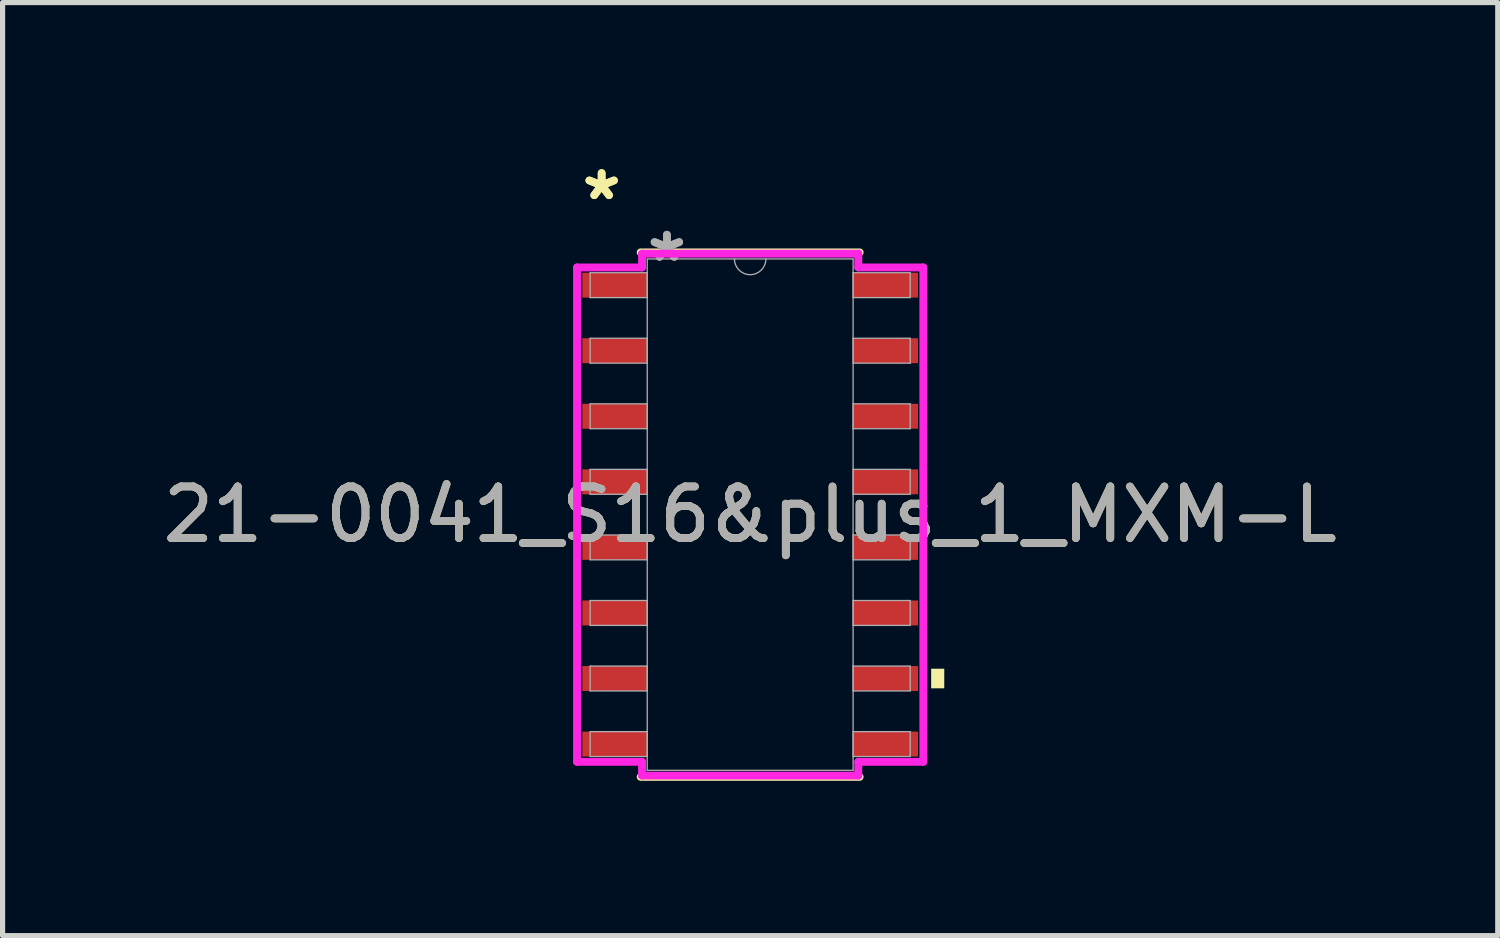
<source format=kicad_pcb>
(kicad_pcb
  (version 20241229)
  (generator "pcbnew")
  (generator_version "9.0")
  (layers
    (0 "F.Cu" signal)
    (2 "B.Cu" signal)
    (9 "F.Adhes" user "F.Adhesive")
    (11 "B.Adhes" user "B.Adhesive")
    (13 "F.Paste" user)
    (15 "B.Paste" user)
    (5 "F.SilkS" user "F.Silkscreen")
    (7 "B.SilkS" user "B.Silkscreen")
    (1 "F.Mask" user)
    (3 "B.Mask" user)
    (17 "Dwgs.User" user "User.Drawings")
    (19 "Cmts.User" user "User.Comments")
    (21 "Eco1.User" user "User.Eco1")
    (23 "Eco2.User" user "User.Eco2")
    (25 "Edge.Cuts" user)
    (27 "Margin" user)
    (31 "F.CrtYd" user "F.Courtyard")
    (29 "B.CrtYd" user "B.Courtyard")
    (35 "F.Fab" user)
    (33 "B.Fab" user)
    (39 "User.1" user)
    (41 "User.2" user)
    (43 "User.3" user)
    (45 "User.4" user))
  (footprint "21-0041_S16&plus_1_MXM-L"
    (layer "F.Cu")
    (at 11.482 6.919)
    (property "Reference" "21-0041_S16&plus_1_MXM-L" (at 0 0 0) (unlocked yes) (layer "F.SilkS") (effects (font (size 1 1) (thickness 0.15))))
    (attr smd)
    (fp_line (start -2.121 5.08) (end 2.121 5.08) (stroke (width 0.152) (type solid)) (layer "F.SilkS"))
    (fp_line (start 2.121 -5.08) (end -2.121 -5.08) (stroke (width 0.152) (type solid)) (layer "F.SilkS"))
    (fp_poly (pts (xy 3.76 2.985) (xy 3.76 3.365) (xy 3.506 3.365) (xy 3.506 2.985)) (stroke (width 0) (type solid)) (fill yes) (layer "F.SilkS"))
    (fp_line (start -3.354 -4.788) (end -2.095 -4.788) (stroke (width 0.152) (type solid)) (layer "F.CrtYd"))
    (fp_line (start -3.354 4.788) (end -3.354 -4.788) (stroke (width 0.152) (type solid)) (layer "F.CrtYd"))
    (fp_line (start -3.354 4.788) (end -2.095 4.788) (stroke (width 0.152) (type solid)) (layer "F.CrtYd"))
    (fp_line (start -2.095 -5.055) (end 2.095 -5.055) (stroke (width 0.152) (type solid)) (layer "F.CrtYd"))
    (fp_line (start -2.095 -4.788) (end -2.095 -5.055) (stroke (width 0.152) (type solid)) (layer "F.CrtYd"))
    (fp_line (start -2.095 5.055) (end -2.095 4.788) (stroke (width 0.152) (type solid)) (layer "F.CrtYd"))
    (fp_line (start 2.095 -5.055) (end 2.095 -4.788) (stroke (width 0.152) (type solid)) (layer "F.CrtYd"))
    (fp_line (start 2.095 4.788) (end 2.095 5.055) (stroke (width 0.152) (type solid)) (layer "F.CrtYd"))
    (fp_line (start 2.095 5.055) (end -2.095 5.055) (stroke (width 0.152) (type solid)) (layer "F.CrtYd"))
    (fp_line (start 3.354 -4.788) (end 2.095 -4.788) (stroke (width 0.152) (type solid)) (layer "F.CrtYd"))
    (fp_line (start 3.354 -4.788) (end 3.354 4.788) (stroke (width 0.152) (type solid)) (layer "F.CrtYd"))
    (fp_line (start 3.354 4.788) (end 2.095 4.788) (stroke (width 0.152) (type solid)) (layer "F.CrtYd"))
    (fp_line (start -3.1 -4.686) (end -3.1 -4.204) (stroke (width 0.025) (type solid)) (layer "F.Fab"))
    (fp_line (start -3.1 -4.204) (end -1.994 -4.204) (stroke (width 0.025) (type solid)) (layer "F.Fab"))
    (fp_line (start -3.1 -3.416) (end -3.1 -2.934) (stroke (width 0.025) (type solid)) (layer "F.Fab"))
    (fp_line (start -3.1 -2.934) (end -1.994 -2.934) (stroke (width 0.025) (type solid)) (layer "F.Fab"))
    (fp_line (start -3.1 -2.146) (end -3.1 -1.664) (stroke (width 0.025) (type solid)) (layer "F.Fab"))
    (fp_line (start -3.1 -1.664) (end -1.994 -1.664) (stroke (width 0.025) (type solid)) (layer "F.Fab"))
    (fp_line (start -3.1 -0.876) (end -3.1 -0.394) (stroke (width 0.025) (type solid)) (layer "F.Fab"))
    (fp_line (start -3.1 -0.394) (end -1.994 -0.394) (stroke (width 0.025) (type solid)) (layer "F.Fab"))
    (fp_line (start -3.1 0.394) (end -3.1 0.876) (stroke (width 0.025) (type solid)) (layer "F.Fab"))
    (fp_line (start -3.1 0.876) (end -1.994 0.876) (stroke (width 0.025) (type solid)) (layer "F.Fab"))
    (fp_line (start -3.1 1.664) (end -3.1 2.146) (stroke (width 0.025) (type solid)) (layer "F.Fab"))
    (fp_line (start -3.1 2.146) (end -1.994 2.146) (stroke (width 0.025) (type solid)) (layer "F.Fab"))
    (fp_line (start -3.1 2.934) (end -3.1 3.416) (stroke (width 0.025) (type solid)) (layer "F.Fab"))
    (fp_line (start -3.1 3.416) (end -1.994 3.416) (stroke (width 0.025) (type solid)) (layer "F.Fab"))
    (fp_line (start -3.1 4.204) (end -3.1 4.686) (stroke (width 0.025) (type solid)) (layer "F.Fab"))
    (fp_line (start -3.1 4.686) (end -1.994 4.686) (stroke (width 0.025) (type solid)) (layer "F.Fab"))
    (fp_line (start -1.994 -4.953) (end -1.994 4.953) (stroke (width 0.025) (type solid)) (layer "F.Fab"))
    (fp_line (start -1.994 -4.686) (end -3.1 -4.686) (stroke (width 0.025) (type solid)) (layer "F.Fab"))
    (fp_line (start -1.994 -4.204) (end -1.994 -4.686) (stroke (width 0.025) (type solid)) (layer "F.Fab"))
    (fp_line (start -1.994 -3.416) (end -3.1 -3.416) (stroke (width 0.025) (type solid)) (layer "F.Fab"))
    (fp_line (start -1.994 -2.934) (end -1.994 -3.416) (stroke (width 0.025) (type solid)) (layer "F.Fab"))
    (fp_line (start -1.994 -2.146) (end -3.1 -2.146) (stroke (width 0.025) (type solid)) (layer "F.Fab"))
    (fp_line (start -1.994 -1.664) (end -1.994 -2.146) (stroke (width 0.025) (type solid)) (layer "F.Fab"))
    (fp_line (start -1.994 -0.876) (end -3.1 -0.876) (stroke (width 0.025) (type solid)) (layer "F.Fab"))
    (fp_line (start -1.994 -0.394) (end -1.994 -0.876) (stroke (width 0.025) (type solid)) (layer "F.Fab"))
    (fp_line (start -1.994 0.394) (end -3.1 0.394) (stroke (width 0.025) (type solid)) (layer "F.Fab"))
    (fp_line (start -1.994 0.876) (end -1.994 0.394) (stroke (width 0.025) (type solid)) (layer "F.Fab"))
    (fp_line (start -1.994 1.664) (end -3.1 1.664) (stroke (width 0.025) (type solid)) (layer "F.Fab"))
    (fp_line (start -1.994 2.146) (end -1.994 1.664) (stroke (width 0.025) (type solid)) (layer "F.Fab"))
    (fp_line (start -1.994 2.934) (end -3.1 2.934) (stroke (width 0.025) (type solid)) (layer "F.Fab"))
    (fp_line (start -1.994 3.416) (end -1.994 2.934) (stroke (width 0.025) (type solid)) (layer "F.Fab"))
    (fp_line (start -1.994 4.204) (end -3.1 4.204) (stroke (width 0.025) (type solid)) (layer "F.Fab"))
    (fp_line (start -1.994 4.686) (end -1.994 4.204) (stroke (width 0.025) (type solid)) (layer "F.Fab"))
    (fp_line (start -1.994 4.953) (end 1.994 4.953) (stroke (width 0.025) (type solid)) (layer "F.Fab"))
    (fp_line (start 1.994 -4.953) (end -1.994 -4.953) (stroke (width 0.025) (type solid)) (layer "F.Fab"))
    (fp_line (start 1.994 -4.686) (end 1.994 -4.204) (stroke (width 0.025) (type solid)) (layer "F.Fab"))
    (fp_line (start 1.994 -4.204) (end 3.1 -4.204) (stroke (width 0.025) (type solid)) (layer "F.Fab"))
    (fp_line (start 1.994 -3.416) (end 1.994 -2.934) (stroke (width 0.025) (type solid)) (layer "F.Fab"))
    (fp_line (start 1.994 -2.934) (end 3.1 -2.934) (stroke (width 0.025) (type solid)) (layer "F.Fab"))
    (fp_line (start 1.994 -2.146) (end 1.994 -1.664) (stroke (width 0.025) (type solid)) (layer "F.Fab"))
    (fp_line (start 1.994 -1.664) (end 3.1 -1.664) (stroke (width 0.025) (type solid)) (layer "F.Fab"))
    (fp_line (start 1.994 -0.876) (end 1.994 -0.394) (stroke (width 0.025) (type solid)) (layer "F.Fab"))
    (fp_line (start 1.994 -0.394) (end 3.1 -0.394) (stroke (width 0.025) (type solid)) (layer "F.Fab"))
    (fp_line (start 1.994 0.394) (end 1.994 0.876) (stroke (width 0.025) (type solid)) (layer "F.Fab"))
    (fp_line (start 1.994 0.876) (end 3.1 0.876) (stroke (width 0.025) (type solid)) (layer "F.Fab"))
    (fp_line (start 1.994 1.664) (end 1.994 2.146) (stroke (width 0.025) (type solid)) (layer "F.Fab"))
    (fp_line (start 1.994 2.146) (end 3.1 2.146) (stroke (width 0.025) (type solid)) (layer "F.Fab"))
    (fp_line (start 1.994 2.934) (end 1.994 3.416) (stroke (width 0.025) (type solid)) (layer "F.Fab"))
    (fp_line (start 1.994 3.416) (end 3.1 3.416) (stroke (width 0.025) (type solid)) (layer "F.Fab"))
    (fp_line (start 1.994 4.204) (end 1.994 4.686) (stroke (width 0.025) (type solid)) (layer "F.Fab"))
    (fp_line (start 1.994 4.686) (end 3.1 4.686) (stroke (width 0.025) (type solid)) (layer "F.Fab"))
    (fp_line (start 1.994 4.953) (end 1.994 -4.953) (stroke (width 0.025) (type solid)) (layer "F.Fab"))
    (fp_line (start 3.1 -4.686) (end 1.994 -4.686) (stroke (width 0.025) (type solid)) (layer "F.Fab"))
    (fp_line (start 3.1 -4.204) (end 3.1 -4.686) (stroke (width 0.025) (type solid)) (layer "F.Fab"))
    (fp_line (start 3.1 -3.416) (end 1.994 -3.416) (stroke (width 0.025) (type solid)) (layer "F.Fab"))
    (fp_line (start 3.1 -2.934) (end 3.1 -3.416) (stroke (width 0.025) (type solid)) (layer "F.Fab"))
    (fp_line (start 3.1 -2.146) (end 1.994 -2.146) (stroke (width 0.025) (type solid)) (layer "F.Fab"))
    (fp_line (start 3.1 -1.664) (end 3.1 -2.146) (stroke (width 0.025) (type solid)) (layer "F.Fab"))
    (fp_line (start 3.1 -0.876) (end 1.994 -0.876) (stroke (width 0.025) (type solid)) (layer "F.Fab"))
    (fp_line (start 3.1 -0.394) (end 3.1 -0.876) (stroke (width 0.025) (type solid)) (layer "F.Fab"))
    (fp_line (start 3.1 0.394) (end 1.994 0.394) (stroke (width 0.025) (type solid)) (layer "F.Fab"))
    (fp_line (start 3.1 0.876) (end 3.1 0.394) (stroke (width 0.025) (type solid)) (layer "F.Fab"))
    (fp_line (start 3.1 1.664) (end 1.994 1.664) (stroke (width 0.025) (type solid)) (layer "F.Fab"))
    (fp_line (start 3.1 2.146) (end 3.1 1.664) (stroke (width 0.025) (type solid)) (layer "F.Fab"))
    (fp_line (start 3.1 2.934) (end 1.994 2.934) (stroke (width 0.025) (type solid)) (layer "F.Fab"))
    (fp_line (start 3.1 3.416) (end 3.1 2.934) (stroke (width 0.025) (type solid)) (layer "F.Fab"))
    (fp_line (start 3.1 4.204) (end 1.994 4.204) (stroke (width 0.025) (type solid)) (layer "F.Fab"))
    (fp_line (start 3.1 4.686) (end 3.1 4.204) (stroke (width 0.025) (type solid)) (layer "F.Fab"))
    (fp_arc (start 0.3048 -4.953) (mid 0 -4.6482) (end -0.3048 -4.953) (stroke (width 0.0254) (type solid)) (layer "F.Fab"))
    (fp_text user "*" (at -2.877 -6.071 0) (unlocked yes) (layer "F.SilkS") (effects (font (size 1 1) (thickness 0.15))))
    (fp_text user "*" (at -2.877 -6.071 0) (layer "F.SilkS") (effects (font (size 1 1) (thickness 0.15))))
    (fp_text user "${REFERENCE}" (at 0 0 0) (unlocked yes) (layer "F.Fab") (effects (font (size 1 1) (thickness 0.15))))
    (fp_text user "*" (at -1.613 -4.877 0) (unlocked yes) (layer "F.Fab") (effects (font (size 1 1) (thickness 0.15))))
    (fp_text user "*" (at -1.613 -4.877 0) (layer "F.Fab") (effects (font (size 1 1) (thickness 0.15))))
    (pad "1" smd rect (at -2.623 -4.445) (size 1.258 0.483) (layers "F.Cu" "F.Mask" "F.Paste"))
    (pad "2" smd rect (at -2.623 -3.175) (size 1.258 0.483) (layers "F.Cu" "F.Mask" "F.Paste"))
    (pad "3" smd rect (at -2.623 -1.905) (size 1.258 0.483) (layers "F.Cu" "F.Mask" "F.Paste"))
    (pad "4" smd rect (at -2.623 -0.635) (size 1.258 0.483) (layers "F.Cu" "F.Mask" "F.Paste"))
    (pad "5" smd rect (at -2.623 0.635) (size 1.258 0.483) (layers "F.Cu" "F.Mask" "F.Paste"))
    (pad "6" smd rect (at -2.623 1.905) (size 1.258 0.483) (layers "F.Cu" "F.Mask" "F.Paste"))
    (pad "7" smd rect (at -2.623 3.175) (size 1.258 0.483) (layers "F.Cu" "F.Mask" "F.Paste"))
    (pad "8" smd rect (at -2.623 4.445) (size 1.258 0.483) (layers "F.Cu" "F.Mask" "F.Paste"))
    (pad "9" smd rect (at 2.623 4.445) (size 1.258 0.483) (layers "F.Cu" "F.Mask" "F.Paste"))
    (pad "10" smd rect (at 2.623 3.175) (size 1.258 0.483) (layers "F.Cu" "F.Mask" "F.Paste"))
    (pad "11" smd rect (at 2.623 1.905) (size 1.258 0.483) (layers "F.Cu" "F.Mask" "F.Paste"))
    (pad "12" smd rect (at 2.623 0.635) (size 1.258 0.483) (layers "F.Cu" "F.Mask" "F.Paste"))
    (pad "13" smd rect (at 2.623 -0.635) (size 1.258 0.483) (layers "F.Cu" "F.Mask" "F.Paste"))
    (pad "14" smd rect (at 2.623 -1.905) (size 1.258 0.483) (layers "F.Cu" "F.Mask" "F.Paste"))
    (pad "15" smd rect (at 2.623 -3.175) (size 1.258 0.483) (layers "F.Cu" "F.Mask" "F.Paste"))
    (pad "16" smd rect (at 2.623 -4.445) (size 1.258 0.483) (layers "F.Cu" "F.Mask" "F.Paste")))
  (gr_rect
    (start -3 -3)
    (end 25.964 15.075)
    (stroke (width 0.1) (type default))
    (fill no)
    (layer "Edge.Cuts")))
</source>
